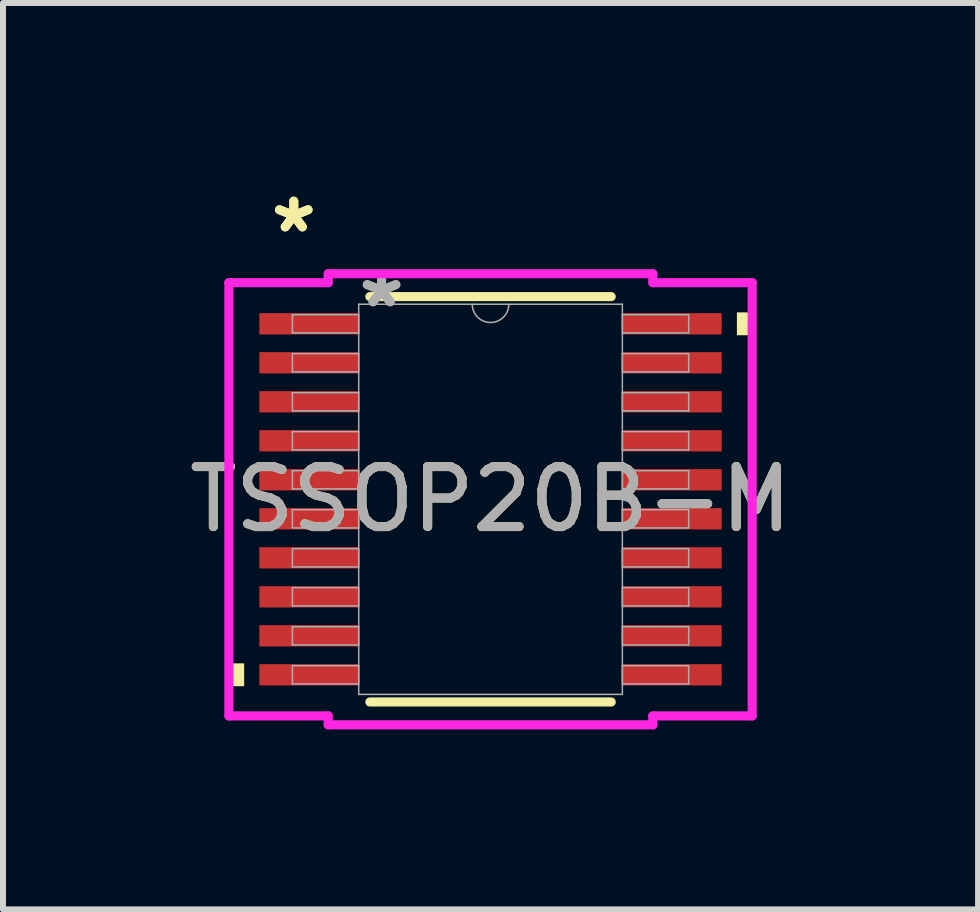
<source format=kicad_pcb>
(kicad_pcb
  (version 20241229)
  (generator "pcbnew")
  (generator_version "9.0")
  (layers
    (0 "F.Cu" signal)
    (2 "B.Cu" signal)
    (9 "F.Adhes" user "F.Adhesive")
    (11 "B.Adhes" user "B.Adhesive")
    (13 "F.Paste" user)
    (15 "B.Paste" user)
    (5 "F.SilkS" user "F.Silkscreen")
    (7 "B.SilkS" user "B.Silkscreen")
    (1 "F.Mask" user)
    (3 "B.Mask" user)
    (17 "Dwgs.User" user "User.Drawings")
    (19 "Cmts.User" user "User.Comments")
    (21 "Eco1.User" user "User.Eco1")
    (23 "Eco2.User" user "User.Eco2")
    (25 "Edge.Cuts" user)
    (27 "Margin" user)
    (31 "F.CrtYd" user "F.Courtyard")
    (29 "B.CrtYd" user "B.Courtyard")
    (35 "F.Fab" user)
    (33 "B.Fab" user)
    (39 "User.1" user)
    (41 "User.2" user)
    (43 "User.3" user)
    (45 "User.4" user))
  (footprint "TSSOP20B-M"
    (layer "F.Cu")
    (at 5.125 5.271)
    (property "Reference" "TSSOP20B-M" (at 0 0 0) (unlocked yes) (layer "F.SilkS") (effects (font (size 1 1) (thickness 0.15))))
    (attr smd)
    (fp_line (start -2.011 3.378) (end 2.011 3.378) (stroke (width 0.152) (type solid)) (layer "F.SilkS"))
    (fp_line (start 2.011 -3.378) (end -2.011 -3.378) (stroke (width 0.152) (type solid)) (layer "F.SilkS"))
    (fp_poly (pts (xy -4.36 2.734) (xy -4.36 3.115) (xy -4.106 3.115) (xy -4.106 2.734)) (stroke (width 0) (type solid)) (fill yes) (layer "F.SilkS"))
    (fp_poly (pts (xy 4.36 -3.115) (xy 4.36 -2.734) (xy 4.106 -2.734) (xy 4.106 -3.115)) (stroke (width 0) (type solid)) (fill yes) (layer "F.SilkS"))
    (fp_line (start -4.36 -3.61) (end -2.705 -3.61) (stroke (width 0.152) (type solid)) (layer "F.CrtYd"))
    (fp_line (start -4.36 3.61) (end -4.36 -3.61) (stroke (width 0.152) (type solid)) (layer "F.CrtYd"))
    (fp_line (start -4.36 3.61) (end -2.705 3.61) (stroke (width 0.152) (type solid)) (layer "F.CrtYd"))
    (fp_line (start -2.705 -3.759) (end 2.705 -3.759) (stroke (width 0.152) (type solid)) (layer "F.CrtYd"))
    (fp_line (start -2.705 -3.61) (end -2.705 -3.759) (stroke (width 0.152) (type solid)) (layer "F.CrtYd"))
    (fp_line (start -2.705 3.759) (end -2.705 3.61) (stroke (width 0.152) (type solid)) (layer "F.CrtYd"))
    (fp_line (start 2.705 -3.759) (end 2.705 -3.61) (stroke (width 0.152) (type solid)) (layer "F.CrtYd"))
    (fp_line (start 2.705 3.61) (end 2.705 3.759) (stroke (width 0.152) (type solid)) (layer "F.CrtYd"))
    (fp_line (start 2.705 3.759) (end -2.705 3.759) (stroke (width 0.152) (type solid)) (layer "F.CrtYd"))
    (fp_line (start 4.36 -3.61) (end 2.705 -3.61) (stroke (width 0.152) (type solid)) (layer "F.CrtYd"))
    (fp_line (start 4.36 -3.61) (end 4.36 3.61) (stroke (width 0.152) (type solid)) (layer "F.CrtYd"))
    (fp_line (start 4.36 3.61) (end 2.705 3.61) (stroke (width 0.152) (type solid)) (layer "F.CrtYd"))
    (fp_line (start -3.302 -3.077) (end -3.302 -2.773) (stroke (width 0.025) (type solid)) (layer "F.Fab"))
    (fp_line (start -3.302 -2.773) (end -2.197 -2.773) (stroke (width 0.025) (type solid)) (layer "F.Fab"))
    (fp_line (start -3.302 -2.427) (end -3.302 -2.123) (stroke (width 0.025) (type solid)) (layer "F.Fab"))
    (fp_line (start -3.302 -2.123) (end -2.197 -2.123) (stroke (width 0.025) (type solid)) (layer "F.Fab"))
    (fp_line (start -3.302 -1.777) (end -3.302 -1.473) (stroke (width 0.025) (type solid)) (layer "F.Fab"))
    (fp_line (start -3.302 -1.473) (end -2.197 -1.473) (stroke (width 0.025) (type solid)) (layer "F.Fab"))
    (fp_line (start -3.302 -1.127) (end -3.302 -0.823) (stroke (width 0.025) (type solid)) (layer "F.Fab"))
    (fp_line (start -3.302 -0.823) (end -2.197 -0.823) (stroke (width 0.025) (type solid)) (layer "F.Fab"))
    (fp_line (start -3.302 -0.477) (end -3.302 -0.173) (stroke (width 0.025) (type solid)) (layer "F.Fab"))
    (fp_line (start -3.302 -0.173) (end -2.197 -0.173) (stroke (width 0.025) (type solid)) (layer "F.Fab"))
    (fp_line (start -3.302 0.173) (end -3.302 0.477) (stroke (width 0.025) (type solid)) (layer "F.Fab"))
    (fp_line (start -3.302 0.477) (end -2.197 0.477) (stroke (width 0.025) (type solid)) (layer "F.Fab"))
    (fp_line (start -3.302 0.823) (end -3.302 1.127) (stroke (width 0.025) (type solid)) (layer "F.Fab"))
    (fp_line (start -3.302 1.127) (end -2.197 1.127) (stroke (width 0.025) (type solid)) (layer "F.Fab"))
    (fp_line (start -3.302 1.473) (end -3.302 1.777) (stroke (width 0.025) (type solid)) (layer "F.Fab"))
    (fp_line (start -3.302 1.777) (end -2.197 1.777) (stroke (width 0.025) (type solid)) (layer "F.Fab"))
    (fp_line (start -3.302 2.123) (end -3.302 2.427) (stroke (width 0.025) (type solid)) (layer "F.Fab"))
    (fp_line (start -3.302 2.427) (end -2.197 2.427) (stroke (width 0.025) (type solid)) (layer "F.Fab"))
    (fp_line (start -3.302 2.773) (end -3.302 3.077) (stroke (width 0.025) (type solid)) (layer "F.Fab"))
    (fp_line (start -3.302 3.077) (end -2.197 3.077) (stroke (width 0.025) (type solid)) (layer "F.Fab"))
    (fp_line (start -2.197 -3.251) (end -2.197 3.251) (stroke (width 0.025) (type solid)) (layer "F.Fab"))
    (fp_line (start -2.197 -3.077) (end -3.302 -3.077) (stroke (width 0.025) (type solid)) (layer "F.Fab"))
    (fp_line (start -2.197 -2.773) (end -2.197 -3.077) (stroke (width 0.025) (type solid)) (layer "F.Fab"))
    (fp_line (start -2.197 -2.427) (end -3.302 -2.427) (stroke (width 0.025) (type solid)) (layer "F.Fab"))
    (fp_line (start -2.197 -2.123) (end -2.197 -2.427) (stroke (width 0.025) (type solid)) (layer "F.Fab"))
    (fp_line (start -2.197 -1.777) (end -3.302 -1.777) (stroke (width 0.025) (type solid)) (layer "F.Fab"))
    (fp_line (start -2.197 -1.473) (end -2.197 -1.777) (stroke (width 0.025) (type solid)) (layer "F.Fab"))
    (fp_line (start -2.197 -1.127) (end -3.302 -1.127) (stroke (width 0.025) (type solid)) (layer "F.Fab"))
    (fp_line (start -2.197 -0.823) (end -2.197 -1.127) (stroke (width 0.025) (type solid)) (layer "F.Fab"))
    (fp_line (start -2.197 -0.477) (end -3.302 -0.477) (stroke (width 0.025) (type solid)) (layer "F.Fab"))
    (fp_line (start -2.197 -0.173) (end -2.197 -0.477) (stroke (width 0.025) (type solid)) (layer "F.Fab"))
    (fp_line (start -2.197 0.173) (end -3.302 0.173) (stroke (width 0.025) (type solid)) (layer "F.Fab"))
    (fp_line (start -2.197 0.477) (end -2.197 0.173) (stroke (width 0.025) (type solid)) (layer "F.Fab"))
    (fp_line (start -2.197 0.823) (end -3.302 0.823) (stroke (width 0.025) (type solid)) (layer "F.Fab"))
    (fp_line (start -2.197 1.127) (end -2.197 0.823) (stroke (width 0.025) (type solid)) (layer "F.Fab"))
    (fp_line (start -2.197 1.473) (end -3.302 1.473) (stroke (width 0.025) (type solid)) (layer "F.Fab"))
    (fp_line (start -2.197 1.777) (end -2.197 1.473) (stroke (width 0.025) (type solid)) (layer "F.Fab"))
    (fp_line (start -2.197 2.123) (end -3.302 2.123) (stroke (width 0.025) (type solid)) (layer "F.Fab"))
    (fp_line (start -2.197 2.427) (end -2.197 2.123) (stroke (width 0.025) (type solid)) (layer "F.Fab"))
    (fp_line (start -2.197 2.773) (end -3.302 2.773) (stroke (width 0.025) (type solid)) (layer "F.Fab"))
    (fp_line (start -2.197 3.077) (end -2.197 2.773) (stroke (width 0.025) (type solid)) (layer "F.Fab"))
    (fp_line (start -2.197 3.251) (end 2.197 3.251) (stroke (width 0.025) (type solid)) (layer "F.Fab"))
    (fp_line (start 2.197 -3.251) (end -2.197 -3.251) (stroke (width 0.025) (type solid)) (layer "F.Fab"))
    (fp_line (start 2.197 -3.077) (end 2.197 -2.773) (stroke (width 0.025) (type solid)) (layer "F.Fab"))
    (fp_line (start 2.197 -2.773) (end 3.302 -2.773) (stroke (width 0.025) (type solid)) (layer "F.Fab"))
    (fp_line (start 2.197 -2.427) (end 2.197 -2.123) (stroke (width 0.025) (type solid)) (layer "F.Fab"))
    (fp_line (start 2.197 -2.123) (end 3.302 -2.123) (stroke (width 0.025) (type solid)) (layer "F.Fab"))
    (fp_line (start 2.197 -1.777) (end 2.197 -1.473) (stroke (width 0.025) (type solid)) (layer "F.Fab"))
    (fp_line (start 2.197 -1.473) (end 3.302 -1.473) (stroke (width 0.025) (type solid)) (layer "F.Fab"))
    (fp_line (start 2.197 -1.127) (end 2.197 -0.823) (stroke (width 0.025) (type solid)) (layer "F.Fab"))
    (fp_line (start 2.197 -0.823) (end 3.302 -0.823) (stroke (width 0.025) (type solid)) (layer "F.Fab"))
    (fp_line (start 2.197 -0.477) (end 2.197 -0.173) (stroke (width 0.025) (type solid)) (layer "F.Fab"))
    (fp_line (start 2.197 -0.173) (end 3.302 -0.173) (stroke (width 0.025) (type solid)) (layer "F.Fab"))
    (fp_line (start 2.197 0.173) (end 2.197 0.477) (stroke (width 0.025) (type solid)) (layer "F.Fab"))
    (fp_line (start 2.197 0.477) (end 3.302 0.477) (stroke (width 0.025) (type solid)) (layer "F.Fab"))
    (fp_line (start 2.197 0.823) (end 2.197 1.127) (stroke (width 0.025) (type solid)) (layer "F.Fab"))
    (fp_line (start 2.197 1.127) (end 3.302 1.127) (stroke (width 0.025) (type solid)) (layer "F.Fab"))
    (fp_line (start 2.197 1.473) (end 2.197 1.777) (stroke (width 0.025) (type solid)) (layer "F.Fab"))
    (fp_line (start 2.197 1.777) (end 3.302 1.777) (stroke (width 0.025) (type solid)) (layer "F.Fab"))
    (fp_line (start 2.197 2.123) (end 2.197 2.427) (stroke (width 0.025) (type solid)) (layer "F.Fab"))
    (fp_line (start 2.197 2.427) (end 3.302 2.427) (stroke (width 0.025) (type solid)) (layer "F.Fab"))
    (fp_line (start 2.197 2.773) (end 2.197 3.077) (stroke (width 0.025) (type solid)) (layer "F.Fab"))
    (fp_line (start 2.197 3.077) (end 3.302 3.077) (stroke (width 0.025) (type solid)) (layer "F.Fab"))
    (fp_line (start 2.197 3.251) (end 2.197 -3.251) (stroke (width 0.025) (type solid)) (layer "F.Fab"))
    (fp_line (start 3.302 -3.077) (end 2.197 -3.077) (stroke (width 0.025) (type solid)) (layer "F.Fab"))
    (fp_line (start 3.302 -2.773) (end 3.302 -3.077) (stroke (width 0.025) (type solid)) (layer "F.Fab"))
    (fp_line (start 3.302 -2.427) (end 2.197 -2.427) (stroke (width 0.025) (type solid)) (layer "F.Fab"))
    (fp_line (start 3.302 -2.123) (end 3.302 -2.427) (stroke (width 0.025) (type solid)) (layer "F.Fab"))
    (fp_line (start 3.302 -1.777) (end 2.197 -1.777) (stroke (width 0.025) (type solid)) (layer "F.Fab"))
    (fp_line (start 3.302 -1.473) (end 3.302 -1.777) (stroke (width 0.025) (type solid)) (layer "F.Fab"))
    (fp_line (start 3.302 -1.127) (end 2.197 -1.127) (stroke (width 0.025) (type solid)) (layer "F.Fab"))
    (fp_line (start 3.302 -0.823) (end 3.302 -1.127) (stroke (width 0.025) (type solid)) (layer "F.Fab"))
    (fp_line (start 3.302 -0.477) (end 2.197 -0.477) (stroke (width 0.025) (type solid)) (layer "F.Fab"))
    (fp_line (start 3.302 -0.173) (end 3.302 -0.477) (stroke (width 0.025) (type solid)) (layer "F.Fab"))
    (fp_line (start 3.302 0.173) (end 2.197 0.173) (stroke (width 0.025) (type solid)) (layer "F.Fab"))
    (fp_line (start 3.302 0.477) (end 3.302 0.173) (stroke (width 0.025) (type solid)) (layer "F.Fab"))
    (fp_line (start 3.302 0.823) (end 2.197 0.823) (stroke (width 0.025) (type solid)) (layer "F.Fab"))
    (fp_line (start 3.302 1.127) (end 3.302 0.823) (stroke (width 0.025) (type solid)) (layer "F.Fab"))
    (fp_line (start 3.302 1.473) (end 2.197 1.473) (stroke (width 0.025) (type solid)) (layer "F.Fab"))
    (fp_line (start 3.302 1.777) (end 3.302 1.473) (stroke (width 0.025) (type solid)) (layer "F.Fab"))
    (fp_line (start 3.302 2.123) (end 2.197 2.123) (stroke (width 0.025) (type solid)) (layer "F.Fab"))
    (fp_line (start 3.302 2.427) (end 3.302 2.123) (stroke (width 0.025) (type solid)) (layer "F.Fab"))
    (fp_line (start 3.302 2.773) (end 2.197 2.773) (stroke (width 0.025) (type solid)) (layer "F.Fab"))
    (fp_line (start 3.302 3.077) (end 3.302 2.773) (stroke (width 0.025) (type solid)) (layer "F.Fab"))
    (fp_arc (start 0.3048 -3.2512) (mid 0 -2.9464) (end -0.3048 -3.2512) (stroke (width 0.0254) (type solid)) (layer "F.Fab"))
    (fp_text user "*" (at -3.279 -4.423 0) (unlocked yes) (layer "F.SilkS") (effects (font (size 1 1) (thickness 0.15))))
    (fp_text user "*" (at -3.279 -4.423 0) (layer "F.SilkS") (effects (font (size 1 1) (thickness 0.15))))
    (fp_text user "${REFERENCE}" (at 0 0 0) (unlocked yes) (layer "F.Fab") (effects (font (size 1 1) (thickness 0.15))))
    (fp_text user "*" (at -1.816 -3.175 0) (layer "F.Fab") (effects (font (size 1 1) (thickness 0.15))))
    (fp_text user "*" (at -1.816 -3.175 0) (unlocked yes) (layer "F.Fab") (effects (font (size 1 1) (thickness 0.15))))
    (pad "1" smd rect (at -3.025 -2.925) (size 1.655 0.355) (layers "F.Cu" "F.Mask" "F.Paste"))
    (pad "2" smd rect (at -3.025 -2.275) (size 1.655 0.355) (layers "F.Cu" "F.Mask" "F.Paste"))
    (pad "3" smd rect (at -3.025 -1.625) (size 1.655 0.355) (layers "F.Cu" "F.Mask" "F.Paste"))
    (pad "4" smd rect (at -3.025 -0.975) (size 1.655 0.355) (layers "F.Cu" "F.Mask" "F.Paste"))
    (pad "5" smd rect (at -3.025 -0.325) (size 1.655 0.355) (layers "F.Cu" "F.Mask" "F.Paste"))
    (pad "6" smd rect (at -3.025 0.325) (size 1.655 0.355) (layers "F.Cu" "F.Mask" "F.Paste"))
    (pad "7" smd rect (at -3.025 0.975) (size 1.655 0.355) (layers "F.Cu" "F.Mask" "F.Paste"))
    (pad "8" smd rect (at -3.025 1.625) (size 1.655 0.355) (layers "F.Cu" "F.Mask" "F.Paste"))
    (pad "9" smd rect (at -3.025 2.275) (size 1.655 0.355) (layers "F.Cu" "F.Mask" "F.Paste"))
    (pad "10" smd rect (at -3.025 2.925) (size 1.655 0.355) (layers "F.Cu" "F.Mask" "F.Paste"))
    (pad "11" smd rect (at 3.025 2.925) (size 1.655 0.355) (layers "F.Cu" "F.Mask" "F.Paste"))
    (pad "12" smd rect (at 3.025 2.275) (size 1.655 0.355) (layers "F.Cu" "F.Mask" "F.Paste"))
    (pad "13" smd rect (at 3.025 1.625) (size 1.655 0.355) (layers "F.Cu" "F.Mask" "F.Paste"))
    (pad "14" smd rect (at 3.025 0.975) (size 1.655 0.355) (layers "F.Cu" "F.Mask" "F.Paste"))
    (pad "15" smd rect (at 3.025 0.325) (size 1.655 0.355) (layers "F.Cu" "F.Mask" "F.Paste"))
    (pad "16" smd rect (at 3.025 -0.325) (size 1.655 0.355) (layers "F.Cu" "F.Mask" "F.Paste"))
    (pad "17" smd rect (at 3.025 -0.975) (size 1.655 0.355) (layers "F.Cu" "F.Mask" "F.Paste"))
    (pad "18" smd rect (at 3.025 -1.625) (size 1.655 0.355) (layers "F.Cu" "F.Mask" "F.Paste"))
    (pad "19" smd rect (at 3.025 -2.275) (size 1.655 0.355) (layers "F.Cu" "F.Mask" "F.Paste"))
    (pad "20" smd rect (at 3.025 -2.925) (size 1.655 0.355) (layers "F.Cu" "F.Mask" "F.Paste")))
  (gr_rect
    (start -3 -3)
    (end 13.25 12.106)
    (stroke (width 0.1) (type default))
    (fill no)
    (layer "Edge.Cuts")))
</source>
